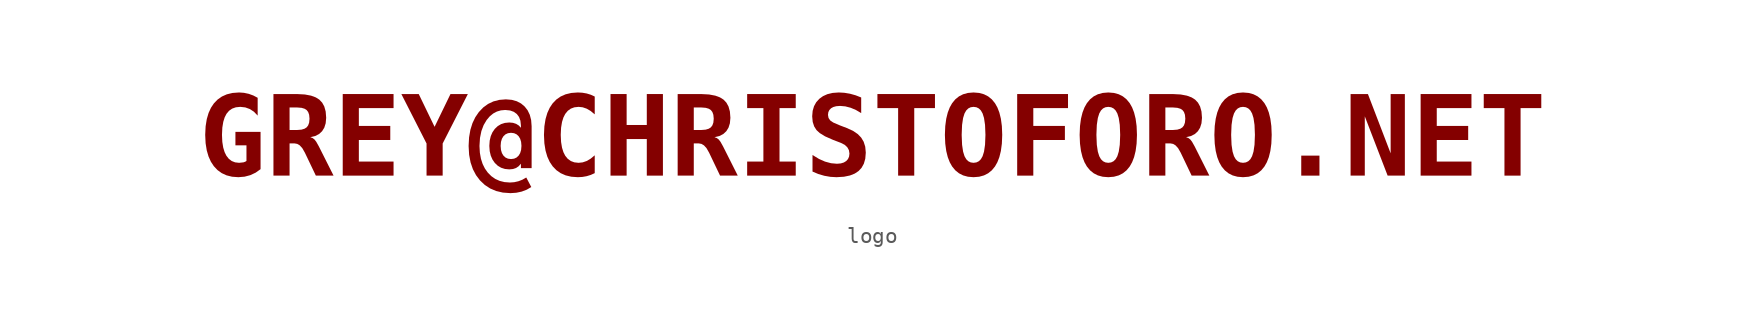
<source format=kicad_sym>
(kicad_symbol_lib
  (version 20220914)
  (generator kicad_symbol_editor)
  (symbol "logo"
    (property "Reference" "#SYM"
      (at 0 0 0)
      (effects (font (size 1.27 1.27)) hide))
    (symbol "logo_1_1"
      (text "GREY@CHRISTOFORO.NET" (at 0 0 0) (effects (font (face "FreeMono") (size 5 5) bold))))))
</source>
